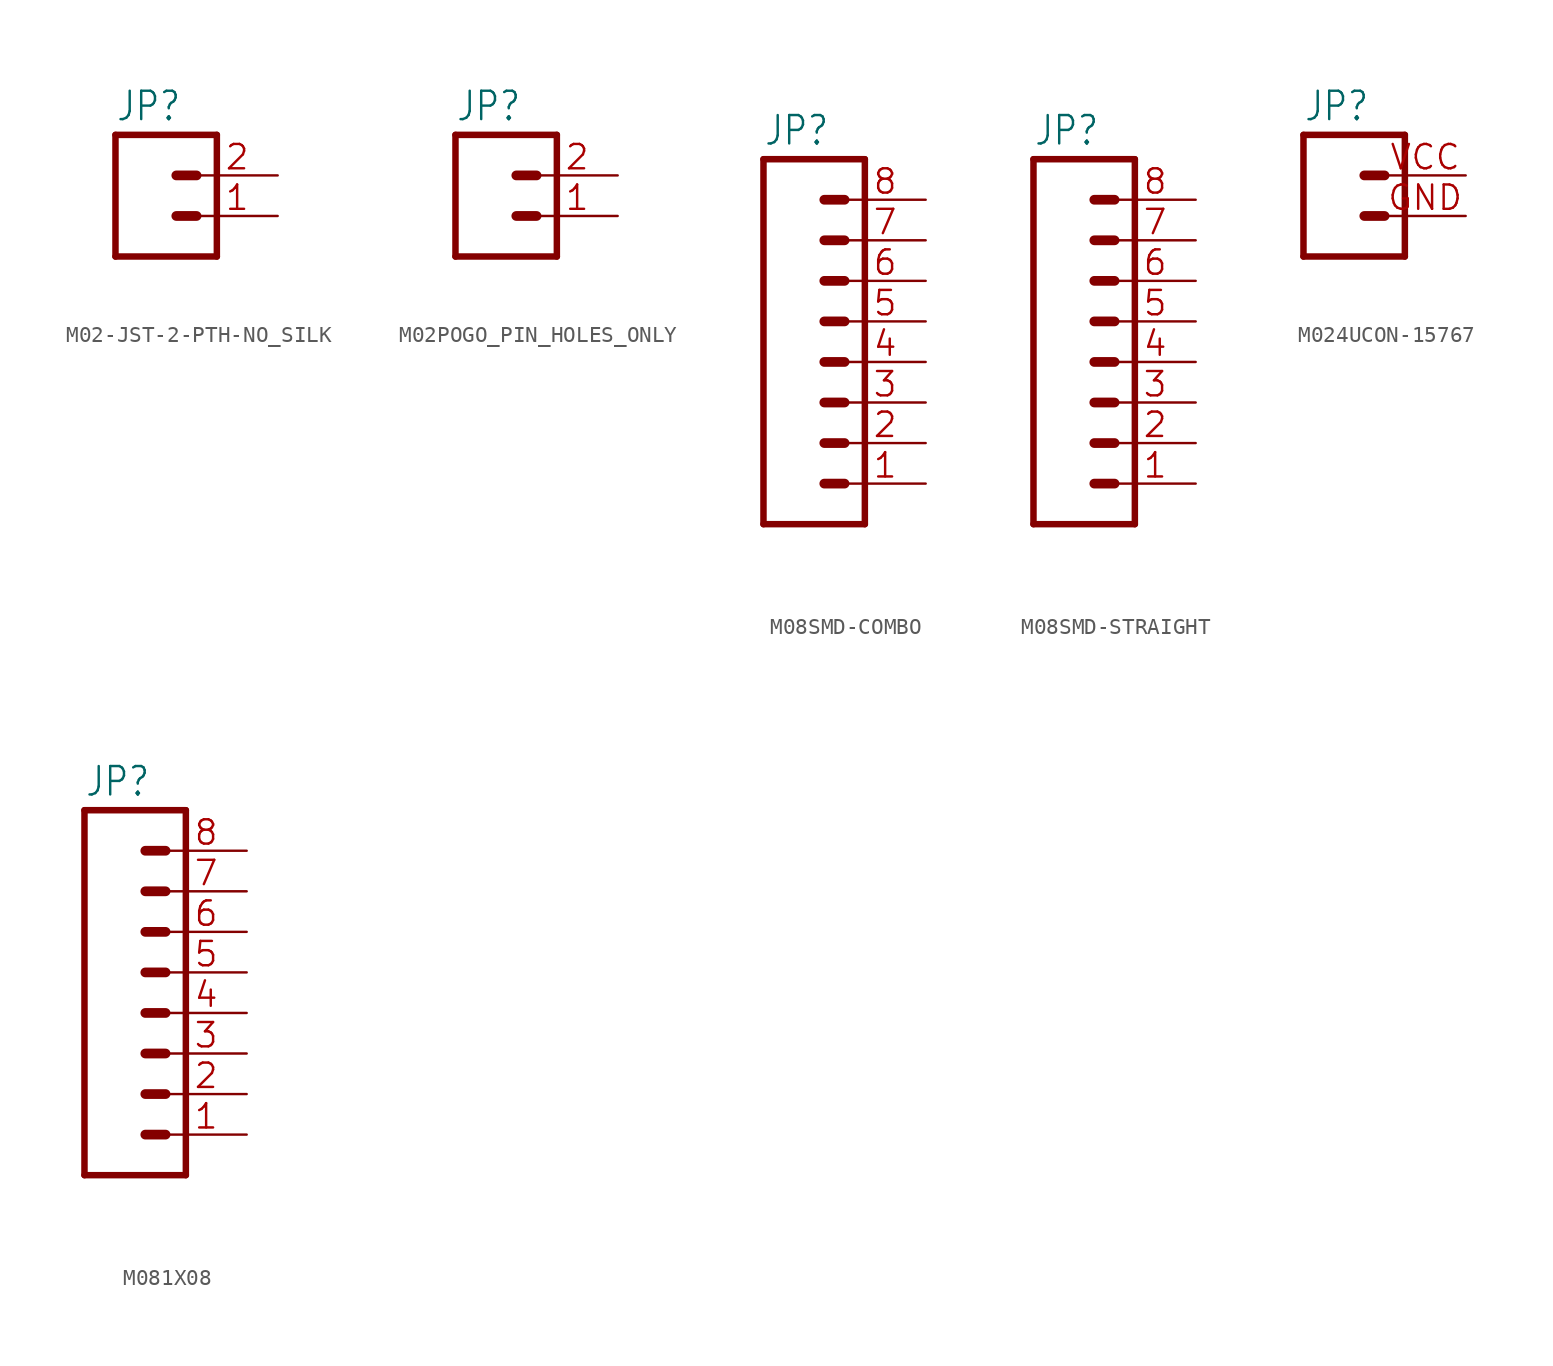
<source format=kicad_sym>
(kicad_symbol_lib
  (version 20241209)
  (generator "kicad_symbol_editor")
  (generator_version "9.0")
  (symbol "M02-JST-2-PTH-NO_SILK"
    (property "Reference" "JP"
      (at -2.54 5.842 0)
      (effects (font (size 1.778 1.511)) (justify left bottom)))
    (property "Value" ""
      (at -2.54 -5.08 0)
      (effects (font (size 1.778 1.511)) (justify left bottom)))
    (property "ki_locked" ""
      (at 0 0 0)
      (effects (font (size 1.27 1.27))))
    (symbol "M02-JST-2-PTH-NO_SILK_1_0"
      (polyline (pts (xy -2.54 5.08) (xy -2.54 -2.54)) (stroke (width 0.406) (type solid)) (fill (type none)))
      (polyline (pts (xy -2.54 5.08) (xy 3.81 5.08)) (stroke (width 0.406) (type solid)) (fill (type none)))
      (polyline (pts (xy 1.27 2.54) (xy 2.54 2.54)) (stroke (width 0.61) (type solid)) (fill (type none)))
      (polyline (pts (xy 1.27 0) (xy 2.54 0)) (stroke (width 0.61) (type solid)) (fill (type none)))
      (polyline (pts (xy 3.81 -2.54) (xy -2.54 -2.54)) (stroke (width 0.406) (type solid)) (fill (type none)))
      (polyline (pts (xy 3.81 -2.54) (xy 3.81 5.08)) (stroke (width 0.406) (type solid)) (fill (type none)))
      (pin passive line (at 7.62 2.54 180) (length 5.08) (name "2" (effects (font (size 0 0)))) (number "2" (effects (font (size 1.524 1.524)))))
      (pin passive line (at 7.62 0 180) (length 5.08) (name "1" (effects (font (size 0 0)))) (number "1" (effects (font (size 1.524 1.524)))))))
  (symbol "M02POGO_PIN_HOLES_ONLY"
    (property "Reference" "JP"
      (at -2.54 5.842 0)
      (effects (font (size 1.778 1.511)) (justify left bottom)))
    (property "Value" ""
      (at -2.54 -5.08 0)
      (effects (font (size 1.778 1.511)) (justify left bottom)))
    (property "ki_locked" ""
      (at 0 0 0)
      (effects (font (size 1.27 1.27))))
    (symbol "M02POGO_PIN_HOLES_ONLY_1_0"
      (polyline (pts (xy -2.54 5.08) (xy -2.54 -2.54)) (stroke (width 0.406) (type solid)) (fill (type none)))
      (polyline (pts (xy -2.54 5.08) (xy 3.81 5.08)) (stroke (width 0.406) (type solid)) (fill (type none)))
      (polyline (pts (xy 1.27 2.54) (xy 2.54 2.54)) (stroke (width 0.61) (type solid)) (fill (type none)))
      (polyline (pts (xy 1.27 0) (xy 2.54 0)) (stroke (width 0.61) (type solid)) (fill (type none)))
      (polyline (pts (xy 3.81 -2.54) (xy -2.54 -2.54)) (stroke (width 0.406) (type solid)) (fill (type none)))
      (polyline (pts (xy 3.81 -2.54) (xy 3.81 5.08)) (stroke (width 0.406) (type solid)) (fill (type none)))
      (pin passive line (at 7.62 2.54 180) (length 5.08) (name "2" (effects (font (size 0 0)))) (number "2" (effects (font (size 1.524 1.524)))))
      (pin passive line (at 7.62 0 180) (length 5.08) (name "1" (effects (font (size 0 0)))) (number "1" (effects (font (size 1.524 1.524)))))))
  (symbol "M08SMD-COMBO"
    (property "Reference" "JP"
      (at -5.08 13.462 0)
      (effects (font (size 1.778 1.511)) (justify left bottom)))
    (property "Value" ""
      (at -5.08 -12.7 0)
      (effects (font (size 1.778 1.511)) (justify left bottom)))
    (property "ki_locked" ""
      (at 0 0 0)
      (effects (font (size 1.27 1.27))))
    (symbol "M08SMD-COMBO_1_0"
      (polyline (pts (xy -5.08 12.7) (xy -5.08 -10.16)) (stroke (width 0.406) (type solid)) (fill (type none)))
      (polyline (pts (xy -5.08 12.7) (xy 1.27 12.7)) (stroke (width 0.406) (type solid)) (fill (type none)))
      (polyline (pts (xy -1.27 10.16) (xy 0 10.16)) (stroke (width 0.61) (type solid)) (fill (type none)))
      (polyline (pts (xy -1.27 7.62) (xy 0 7.62)) (stroke (width 0.61) (type solid)) (fill (type none)))
      (polyline (pts (xy -1.27 5.08) (xy 0 5.08)) (stroke (width 0.61) (type solid)) (fill (type none)))
      (polyline (pts (xy -1.27 2.54) (xy 0 2.54)) (stroke (width 0.61) (type solid)) (fill (type none)))
      (polyline (pts (xy -1.27 0) (xy 0 0)) (stroke (width 0.61) (type solid)) (fill (type none)))
      (polyline (pts (xy -1.27 -2.54) (xy 0 -2.54)) (stroke (width 0.61) (type solid)) (fill (type none)))
      (polyline (pts (xy -1.27 -5.08) (xy 0 -5.08)) (stroke (width 0.61) (type solid)) (fill (type none)))
      (polyline (pts (xy -1.27 -7.62) (xy 0 -7.62)) (stroke (width 0.61) (type solid)) (fill (type none)))
      (polyline (pts (xy 1.27 -10.16) (xy -5.08 -10.16)) (stroke (width 0.406) (type solid)) (fill (type none)))
      (polyline (pts (xy 1.27 -10.16) (xy 1.27 12.7)) (stroke (width 0.406) (type solid)) (fill (type none)))
      (pin passive line (at 5.08 10.16 180) (length 5.08) (name "8" (effects (font (size 0 0)))) (number "8" (effects (font (size 1.524 1.524)))))
      (pin passive line (at 5.08 7.62 180) (length 5.08) (name "7" (effects (font (size 0 0)))) (number "7" (effects (font (size 1.524 1.524)))))
      (pin passive line (at 5.08 5.08 180) (length 5.08) (name "6" (effects (font (size 0 0)))) (number "6" (effects (font (size 1.524 1.524)))))
      (pin passive line (at 5.08 2.54 180) (length 5.08) (name "5" (effects (font (size 0 0)))) (number "5" (effects (font (size 1.524 1.524)))))
      (pin passive line (at 5.08 0 180) (length 5.08) (name "4" (effects (font (size 0 0)))) (number "4" (effects (font (size 1.524 1.524)))))
      (pin passive line (at 5.08 -2.54 180) (length 5.08) (name "3" (effects (font (size 0 0)))) (number "3" (effects (font (size 1.524 1.524)))))
      (pin passive line (at 5.08 -5.08 180) (length 5.08) (name "2" (effects (font (size 0 0)))) (number "2" (effects (font (size 1.524 1.524)))))
      (pin passive line (at 5.08 -7.62 180) (length 5.08) (name "1" (effects (font (size 0 0)))) (number "1" (effects (font (size 1.524 1.524)))))))
  (symbol "M08SMD-STRAIGHT"
    (property "Reference" "JP"
      (at -5.08 13.462 0)
      (effects (font (size 1.778 1.511)) (justify left bottom)))
    (property "Value" ""
      (at -5.08 -12.7 0)
      (effects (font (size 1.778 1.511)) (justify left bottom)))
    (property "ki_locked" ""
      (at 0 0 0)
      (effects (font (size 1.27 1.27))))
    (symbol "M08SMD-STRAIGHT_1_0"
      (polyline (pts (xy -5.08 12.7) (xy -5.08 -10.16)) (stroke (width 0.406) (type solid)) (fill (type none)))
      (polyline (pts (xy -5.08 12.7) (xy 1.27 12.7)) (stroke (width 0.406) (type solid)) (fill (type none)))
      (polyline (pts (xy -1.27 10.16) (xy 0 10.16)) (stroke (width 0.61) (type solid)) (fill (type none)))
      (polyline (pts (xy -1.27 7.62) (xy 0 7.62)) (stroke (width 0.61) (type solid)) (fill (type none)))
      (polyline (pts (xy -1.27 5.08) (xy 0 5.08)) (stroke (width 0.61) (type solid)) (fill (type none)))
      (polyline (pts (xy -1.27 2.54) (xy 0 2.54)) (stroke (width 0.61) (type solid)) (fill (type none)))
      (polyline (pts (xy -1.27 0) (xy 0 0)) (stroke (width 0.61) (type solid)) (fill (type none)))
      (polyline (pts (xy -1.27 -2.54) (xy 0 -2.54)) (stroke (width 0.61) (type solid)) (fill (type none)))
      (polyline (pts (xy -1.27 -5.08) (xy 0 -5.08)) (stroke (width 0.61) (type solid)) (fill (type none)))
      (polyline (pts (xy -1.27 -7.62) (xy 0 -7.62)) (stroke (width 0.61) (type solid)) (fill (type none)))
      (polyline (pts (xy 1.27 -10.16) (xy -5.08 -10.16)) (stroke (width 0.406) (type solid)) (fill (type none)))
      (polyline (pts (xy 1.27 -10.16) (xy 1.27 12.7)) (stroke (width 0.406) (type solid)) (fill (type none)))
      (pin passive line (at 5.08 10.16 180) (length 5.08) (name "8" (effects (font (size 0 0)))) (number "8" (effects (font (size 1.524 1.524)))))
      (pin passive line (at 5.08 7.62 180) (length 5.08) (name "7" (effects (font (size 0 0)))) (number "7" (effects (font (size 1.524 1.524)))))
      (pin passive line (at 5.08 5.08 180) (length 5.08) (name "6" (effects (font (size 0 0)))) (number "6" (effects (font (size 1.524 1.524)))))
      (pin passive line (at 5.08 2.54 180) (length 5.08) (name "5" (effects (font (size 0 0)))) (number "5" (effects (font (size 1.524 1.524)))))
      (pin passive line (at 5.08 0 180) (length 5.08) (name "4" (effects (font (size 0 0)))) (number "4" (effects (font (size 1.524 1.524)))))
      (pin passive line (at 5.08 -2.54 180) (length 5.08) (name "3" (effects (font (size 0 0)))) (number "3" (effects (font (size 1.524 1.524)))))
      (pin passive line (at 5.08 -5.08 180) (length 5.08) (name "2" (effects (font (size 0 0)))) (number "2" (effects (font (size 1.524 1.524)))))
      (pin passive line (at 5.08 -7.62 180) (length 5.08) (name "1" (effects (font (size 0 0)))) (number "1" (effects (font (size 1.524 1.524)))))))
  (symbol "M024UCON-15767"
    (property "Reference" "JP"
      (at -2.54 5.842 0)
      (effects (font (size 1.778 1.511)) (justify left bottom)))
    (property "Value" ""
      (at -2.54 -5.08 0)
      (effects (font (size 1.778 1.511)) (justify left bottom)))
    (property "ki_locked" ""
      (at 0 0 0)
      (effects (font (size 1.27 1.27))))
    (symbol "M024UCON-15767_1_0"
      (polyline (pts (xy -2.54 5.08) (xy -2.54 -2.54)) (stroke (width 0.406) (type solid)) (fill (type none)))
      (polyline (pts (xy -2.54 5.08) (xy 3.81 5.08)) (stroke (width 0.406) (type solid)) (fill (type none)))
      (polyline (pts (xy 1.27 2.54) (xy 2.54 2.54)) (stroke (width 0.61) (type solid)) (fill (type none)))
      (polyline (pts (xy 1.27 0) (xy 2.54 0)) (stroke (width 0.61) (type solid)) (fill (type none)))
      (polyline (pts (xy 3.81 -2.54) (xy -2.54 -2.54)) (stroke (width 0.406) (type solid)) (fill (type none)))
      (polyline (pts (xy 3.81 -2.54) (xy 3.81 5.08)) (stroke (width 0.406) (type solid)) (fill (type none)))
      (pin passive line (at 7.62 2.54 180) (length 5.08) (name "2" (effects (font (size 0 0)))) (number "VCC" (effects (font (size 1.524 1.524)))))
      (pin passive line (at 7.62 0 180) (length 5.08) (name "1" (effects (font (size 0 0)))) (number "GND" (effects (font (size 1.524 1.524)))))))
  (symbol "M081X08"
    (property "Reference" "JP"
      (at -5.08 13.462 0)
      (effects (font (size 1.778 1.511)) (justify left bottom)))
    (property "Value" ""
      (at -5.08 -12.7 0)
      (effects (font (size 1.778 1.511)) (justify left bottom)))
    (property "ki_locked" ""
      (at 0 0 0)
      (effects (font (size 1.27 1.27))))
    (symbol "M081X08_1_0"
      (polyline (pts (xy -5.08 12.7) (xy -5.08 -10.16)) (stroke (width 0.406) (type solid)) (fill (type none)))
      (polyline (pts (xy -5.08 12.7) (xy 1.27 12.7)) (stroke (width 0.406) (type solid)) (fill (type none)))
      (polyline (pts (xy -1.27 10.16) (xy 0 10.16)) (stroke (width 0.61) (type solid)) (fill (type none)))
      (polyline (pts (xy -1.27 7.62) (xy 0 7.62)) (stroke (width 0.61) (type solid)) (fill (type none)))
      (polyline (pts (xy -1.27 5.08) (xy 0 5.08)) (stroke (width 0.61) (type solid)) (fill (type none)))
      (polyline (pts (xy -1.27 2.54) (xy 0 2.54)) (stroke (width 0.61) (type solid)) (fill (type none)))
      (polyline (pts (xy -1.27 0) (xy 0 0)) (stroke (width 0.61) (type solid)) (fill (type none)))
      (polyline (pts (xy -1.27 -2.54) (xy 0 -2.54)) (stroke (width 0.61) (type solid)) (fill (type none)))
      (polyline (pts (xy -1.27 -5.08) (xy 0 -5.08)) (stroke (width 0.61) (type solid)) (fill (type none)))
      (polyline (pts (xy -1.27 -7.62) (xy 0 -7.62)) (stroke (width 0.61) (type solid)) (fill (type none)))
      (polyline (pts (xy 1.27 -10.16) (xy -5.08 -10.16)) (stroke (width 0.406) (type solid)) (fill (type none)))
      (polyline (pts (xy 1.27 -10.16) (xy 1.27 12.7)) (stroke (width 0.406) (type solid)) (fill (type none)))
      (pin passive line (at 5.08 10.16 180) (length 5.08) (name "8" (effects (font (size 0 0)))) (number "8" (effects (font (size 1.524 1.524)))))
      (pin passive line (at 5.08 7.62 180) (length 5.08) (name "7" (effects (font (size 0 0)))) (number "7" (effects (font (size 1.524 1.524)))))
      (pin passive line (at 5.08 5.08 180) (length 5.08) (name "6" (effects (font (size 0 0)))) (number "6" (effects (font (size 1.524 1.524)))))
      (pin passive line (at 5.08 2.54 180) (length 5.08) (name "5" (effects (font (size 0 0)))) (number "5" (effects (font (size 1.524 1.524)))))
      (pin passive line (at 5.08 0 180) (length 5.08) (name "4" (effects (font (size 0 0)))) (number "4" (effects (font (size 1.524 1.524)))))
      (pin passive line (at 5.08 -2.54 180) (length 5.08) (name "3" (effects (font (size 0 0)))) (number "3" (effects (font (size 1.524 1.524)))))
      (pin passive line (at 5.08 -5.08 180) (length 5.08) (name "2" (effects (font (size 0 0)))) (number "2" (effects (font (size 1.524 1.524)))))
      (pin passive line (at 5.08 -7.62 180) (length 5.08) (name "1" (effects (font (size 0 0)))) (number "1" (effects (font (size 1.524 1.524))))))))
</source>
